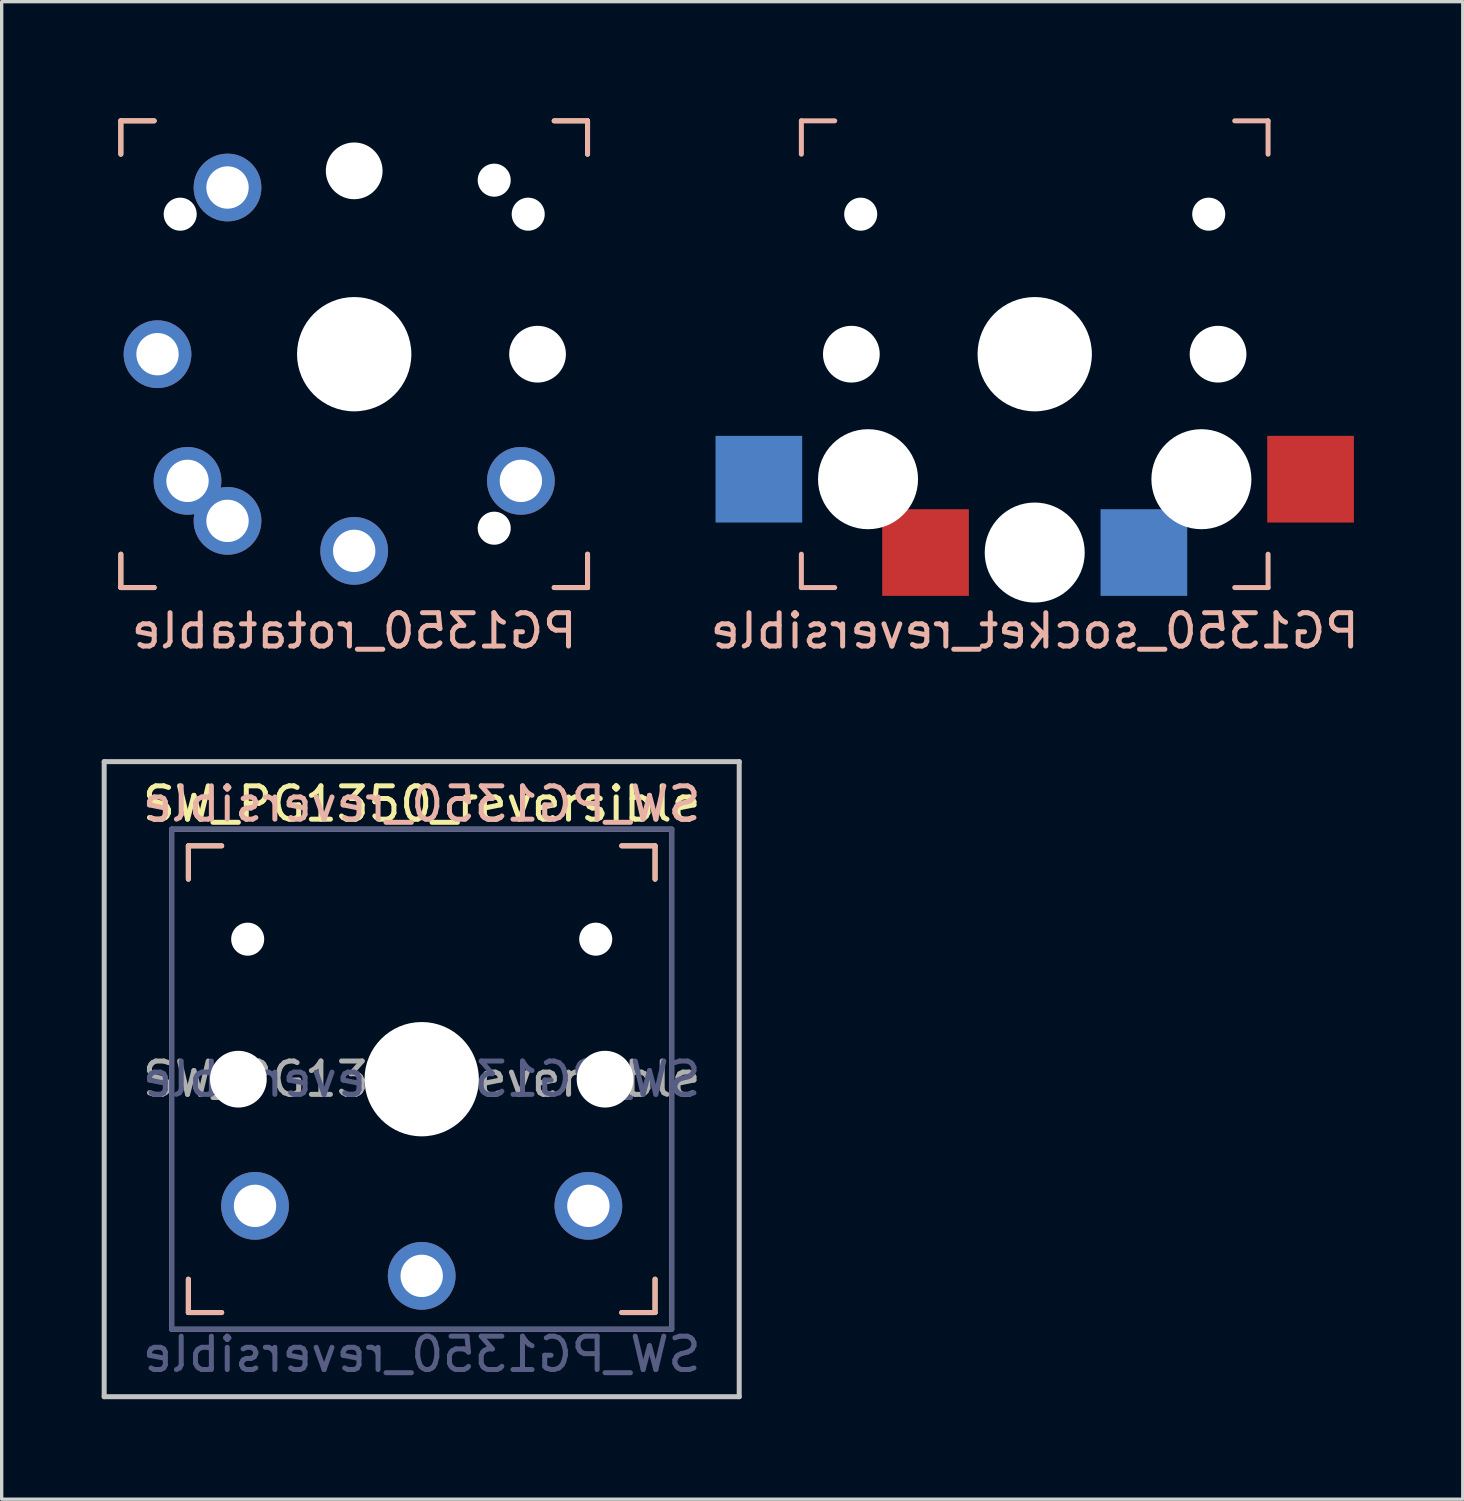
<source format=kicad_pcb>
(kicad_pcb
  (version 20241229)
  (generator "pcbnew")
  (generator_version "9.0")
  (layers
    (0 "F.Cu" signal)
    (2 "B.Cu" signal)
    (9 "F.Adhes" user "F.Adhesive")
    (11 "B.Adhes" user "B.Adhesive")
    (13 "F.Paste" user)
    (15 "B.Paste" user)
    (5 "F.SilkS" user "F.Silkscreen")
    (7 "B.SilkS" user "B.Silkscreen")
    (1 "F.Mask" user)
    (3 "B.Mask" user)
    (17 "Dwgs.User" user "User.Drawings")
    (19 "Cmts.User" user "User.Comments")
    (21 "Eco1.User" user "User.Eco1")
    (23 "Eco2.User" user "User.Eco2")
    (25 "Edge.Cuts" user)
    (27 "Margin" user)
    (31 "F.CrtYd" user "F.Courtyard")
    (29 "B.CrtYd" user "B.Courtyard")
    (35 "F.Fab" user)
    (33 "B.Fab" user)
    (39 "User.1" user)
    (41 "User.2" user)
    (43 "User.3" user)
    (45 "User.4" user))
  (footprint "PG1350_rotatable"
    (layer "F.Cu")
    (at 7.575 7.575)
    (property "Reference" "PG1350_rotatable" (at 0 8.3 0) (layer "B.SilkS") (effects (font (size 1 1) (thickness 0.15)) (justify mirror)))
    (attr through_hole)
    (fp_line (start -7 -7) (end -6 -7) (stroke (width 0.15) (type solid)) (layer "F.SilkS"))
    (fp_line (start -7 -6) (end -7 -7) (stroke (width 0.15) (type solid)) (layer "F.SilkS"))
    (fp_line (start -7 7) (end -7 6) (stroke (width 0.15) (type solid)) (layer "F.SilkS"))
    (fp_line (start -6 7) (end -7 7) (stroke (width 0.15) (type solid)) (layer "F.SilkS"))
    (fp_line (start 6 -7) (end 7 -7) (stroke (width 0.15) (type solid)) (layer "F.SilkS"))
    (fp_line (start 7 -7) (end 7 -6) (stroke (width 0.15) (type solid)) (layer "F.SilkS"))
    (fp_line (start 7 6) (end 7 7) (stroke (width 0.15) (type solid)) (layer "F.SilkS"))
    (fp_line (start 7 7) (end 6 7) (stroke (width 0.15) (type solid)) (layer "F.SilkS"))
    (fp_line (start -7 -7) (end -6 -7) (stroke (width 0.15) (type solid)) (layer "B.SilkS"))
    (fp_line (start -7 -6) (end -7 -7) (stroke (width 0.15) (type solid)) (layer "B.SilkS"))
    (fp_line (start -7 7) (end -7 6) (stroke (width 0.15) (type solid)) (layer "B.SilkS"))
    (fp_line (start -6 7) (end -7 7) (stroke (width 0.15) (type solid)) (layer "B.SilkS"))
    (fp_line (start 6 -7) (end 7 -7) (stroke (width 0.15) (type solid)) (layer "B.SilkS"))
    (fp_line (start 7 -7) (end 7 -6) (stroke (width 0.15) (type solid)) (layer "B.SilkS"))
    (fp_line (start 7 6) (end 7 7) (stroke (width 0.15) (type solid)) (layer "B.SilkS"))
    (fp_line (start 7 7) (end 6 7) (stroke (width 0.15) (type solid)) (layer "B.SilkS"))
    (fp_line (start -7.5 -7.5) (end 7.5 -7.5) (stroke (width 0.15) (type solid)) (layer "Eco2.User"))
    (fp_line (start -7.5 7.5) (end -7.5 -7.5) (stroke (width 0.15) (type solid)) (layer "Eco2.User"))
    (fp_line (start -6.9 6.9) (end -6.9 -6.9) (stroke (width 0.15) (type solid)) (layer "Eco2.User"))
    (fp_line (start -6.9 6.9) (end 6.9 6.9) (stroke (width 0.15) (type solid)) (layer "Eco2.User"))
    (fp_line (start -2.6 -3.1) (end -2.6 -6.3) (stroke (width 0.15) (type solid)) (layer "Eco2.User"))
    (fp_line (start -2.6 -3.1) (end 2.6 -3.1) (stroke (width 0.15) (type solid)) (layer "Eco2.User"))
    (fp_line (start 2.6 -6.3) (end -2.6 -6.3) (stroke (width 0.15) (type solid)) (layer "Eco2.User"))
    (fp_line (start 2.6 -3.1) (end 2.6 -6.3) (stroke (width 0.15) (type solid)) (layer "Eco2.User"))
    (fp_line (start 6.9 -6.9) (end -6.9 -6.9) (stroke (width 0.15) (type solid)) (layer "Eco2.User"))
    (fp_line (start 6.9 -6.9) (end 6.9 6.9) (stroke (width 0.15) (type solid)) (layer "Eco2.User"))
    (fp_line (start 7.5 -7.5) (end 7.5 7.5) (stroke (width 0.15) (type solid)) (layer "Eco2.User"))
    (fp_line (start 7.5 7.5) (end -7.5 7.5) (stroke (width 0.15) (type solid)) (layer "Eco2.User"))
    (pad "" np_thru_hole circle (at -5.22 -4.2) (size 0.991 0.991) (drill 0.991) (layers "*.Cu" "*.Mask"))
    (pad "" np_thru_hole circle (at 0 -5.5) (size 1.702 1.702) (drill 1.702) (layers "*.Cu" "*.Mask"))
    (pad "" np_thru_hole circle (at 0 0) (size 3.429 3.429) (drill 3.429) (layers "*.Cu" "*.Mask"))
    (pad "" np_thru_hole circle (at 4.2 -5.22) (size 0.991 0.991) (drill 0.991) (layers "*.Cu" "*.Mask"))
    (pad "" np_thru_hole circle (at 4.2 5.22) (size 0.991 0.991) (drill 0.991) (layers "*.Cu" "*.Mask"))
    (pad "" np_thru_hole circle (at 5.22 -4.2) (size 0.991 0.991) (drill 0.991) (layers "*.Cu" "*.Mask"))
    (pad "" np_thru_hole circle (at 5.5 0) (size 1.702 1.702) (drill 1.702) (layers "*.Cu" "*.Mask"))
    (pad "1" thru_hole circle (at -5.9 0) (size 2.032 2.032) (drill 1.27) (layers "*.Cu" "*.Mask"))
    (pad "1" thru_hole circle (at 0 5.9) (size 2.032 2.032) (drill 1.27) (layers "*.Cu" "*.Mask"))
    (pad "2" thru_hole circle (at -5 3.8) (size 2.032 2.032) (drill 1.27) (layers "*.Cu" "*.Mask"))
    (pad "2" thru_hole circle (at -3.8 -5) (size 2.032 2.032) (drill 1.27) (layers "*.Cu" "*.Mask"))
    (pad "2" thru_hole circle (at -3.8 5) (size 2.032 2.032) (drill 1.27) (layers "*.Cu" "*.Mask"))
    (pad "2" thru_hole circle (at 5 3.8) (size 2.032 2.032) (drill 1.27) (layers "*.Cu" "*.Mask")))
  (footprint "SW_PG1350_reversible"
    (layer "F.Cu")
    (at 9.6 29.323)
    (property "Reference" "SW_PG1350_reversible" (at 0 -8.255 0) (layer "F.SilkS") (effects (font (size 1 1) (thickness 0.15))))
    (property "Value" "SW_PG1350_reversible" (at 0 8.255 0) (layer "F.Fab") (hide yes) (effects (font (size 1 1) (thickness 0.15))))
    (attr through_hole)
    (fp_line (start -7 -7) (end -6 -7) (stroke (width 0.15) (type solid)) (layer "F.SilkS"))
    (fp_line (start -7 -6) (end -7 -7) (stroke (width 0.15) (type solid)) (layer "F.SilkS"))
    (fp_line (start -7 7) (end -7 6) (stroke (width 0.15) (type solid)) (layer "F.SilkS"))
    (fp_line (start -6 7) (end -7 7) (stroke (width 0.15) (type solid)) (layer "F.SilkS"))
    (fp_line (start 6 -7) (end 7 -7) (stroke (width 0.15) (type solid)) (layer "F.SilkS"))
    (fp_line (start 7 -7) (end 7 -6) (stroke (width 0.15) (type solid)) (layer "F.SilkS"))
    (fp_line (start 7 6) (end 7 7) (stroke (width 0.15) (type solid)) (layer "F.SilkS"))
    (fp_line (start 7 7) (end 6 7) (stroke (width 0.15) (type solid)) (layer "F.SilkS"))
    (fp_line (start -7 -7) (end -6 -7) (stroke (width 0.15) (type solid)) (layer "B.SilkS"))
    (fp_line (start -7 -6) (end -7 -7) (stroke (width 0.15) (type solid)) (layer "B.SilkS"))
    (fp_line (start -7 7) (end -7 6) (stroke (width 0.15) (type solid)) (layer "B.SilkS"))
    (fp_line (start -6 7) (end -7 7) (stroke (width 0.15) (type solid)) (layer "B.SilkS"))
    (fp_line (start 6 -7) (end 7 -7) (stroke (width 0.15) (type solid)) (layer "B.SilkS"))
    (fp_line (start 7 -7) (end 7 -6) (stroke (width 0.15) (type solid)) (layer "B.SilkS"))
    (fp_line (start 7 6) (end 7 7) (stroke (width 0.15) (type solid)) (layer "B.SilkS"))
    (fp_line (start 7 7) (end 6 7) (stroke (width 0.15) (type solid)) (layer "B.SilkS"))
    (fp_line (start -9.525 -9.525) (end 9.525 -9.525) (stroke (width 0.15) (type solid)) (layer "Dwgs.User"))
    (fp_line (start -9.525 9.525) (end -9.525 -9.525) (stroke (width 0.15) (type solid)) (layer "Dwgs.User"))
    (fp_line (start 9.525 -9.525) (end 9.525 9.525) (stroke (width 0.15) (type solid)) (layer "Dwgs.User"))
    (fp_line (start 9.525 9.525) (end -9.525 9.525) (stroke (width 0.15) (type solid)) (layer "Dwgs.User"))
    (fp_line (start -6.9 6.9) (end -6.9 -6.9) (stroke (width 0.15) (type solid)) (layer "Eco2.User"))
    (fp_line (start -6.9 6.9) (end 6.9 6.9) (stroke (width 0.15) (type solid)) (layer "Eco2.User"))
    (fp_line (start -2.6 -3.1) (end -2.6 -6.3) (stroke (width 0.15) (type solid)) (layer "Eco2.User"))
    (fp_line (start -2.6 -3.1) (end 2.6 -3.1) (stroke (width 0.15) (type solid)) (layer "Eco2.User"))
    (fp_line (start 2.6 -6.3) (end -2.6 -6.3) (stroke (width 0.15) (type solid)) (layer "Eco2.User"))
    (fp_line (start 2.6 -3.1) (end 2.6 -6.3) (stroke (width 0.15) (type solid)) (layer "Eco2.User"))
    (fp_line (start 6.9 -6.9) (end -6.9 -6.9) (stroke (width 0.15) (type solid)) (layer "Eco2.User"))
    (fp_line (start 6.9 -6.9) (end 6.9 6.9) (stroke (width 0.15) (type solid)) (layer "Eco2.User"))
    (fp_line (start -7.5 -7.5) (end 7.5 -7.5) (stroke (width 0.15) (type solid)) (layer "B.Fab"))
    (fp_line (start -7.5 7.5) (end -7.5 -7.5) (stroke (width 0.15) (type solid)) (layer "B.Fab"))
    (fp_line (start 7.5 -7.5) (end 7.5 7.5) (stroke (width 0.15) (type solid)) (layer "B.Fab"))
    (fp_line (start 7.5 7.5) (end -7.5 7.5) (stroke (width 0.15) (type solid)) (layer "B.Fab"))
    (fp_line (start -7.5 -7.5) (end 7.5 -7.5) (stroke (width 0.15) (type solid)) (layer "F.Fab"))
    (fp_line (start -7.5 7.5) (end -7.5 -7.5) (stroke (width 0.15) (type solid)) (layer "F.Fab"))
    (fp_line (start 7.5 -7.5) (end 7.5 7.5) (stroke (width 0.15) (type solid)) (layer "F.Fab"))
    (fp_line (start 7.5 7.5) (end -7.5 7.5) (stroke (width 0.15) (type solid)) (layer "F.Fab"))
    (fp_text user "${REFERENCE}" (at 0 -8.255 0) (layer "B.SilkS") (effects (font (size 1 1) (thickness 0.15)) (justify mirror)))
    (fp_text user "${VALUE}" (at 0 8.255 0) (layer "B.Fab") (effects (font (size 1 1) (thickness 0.15)) (justify mirror)))
    (fp_text user "${REFERENCE}" (at 0 0 0) (layer "B.Fab") (effects (font (size 1 1) (thickness 0.15)) (justify mirror)))
    (fp_text user "${REFERENCE}" (at 0 0 0) (layer "F.Fab") (effects (font (size 1 1) (thickness 0.15))))
    (pad "" np_thru_hole circle (at -5.5 0) (size 1.702 1.702) (drill 1.702) (layers "*.Cu" "*.Mask"))
    (pad "" np_thru_hole circle (at -5.22 -4.2) (size 0.991 0.991) (drill 0.991) (layers "*.Cu" "*.Mask"))
    (pad "" np_thru_hole circle (at 0 0) (size 3.429 3.429) (drill 3.429) (layers "*.Cu" "*.Mask"))
    (pad "" np_thru_hole circle (at 5.22 -4.2) (size 0.991 0.991) (drill 0.991) (layers "*.Cu" "*.Mask"))
    (pad "" np_thru_hole circle (at 5.5 0) (size 1.702 1.702) (drill 1.702) (layers "*.Cu" "*.Mask"))
    (pad "1" thru_hole circle (at 0 5.9) (size 2.032 2.032) (drill 1.27) (layers "*.Cu" "*.Mask"))
    (pad "2" thru_hole circle (at -5 3.8) (size 2.032 2.032) (drill 1.27) (layers "*.Cu" "*.Mask"))
    (pad "2" thru_hole circle (at 5 3.8) (size 2.032 2.032) (drill 1.27) (layers "*.Cu" "*.Mask")))
  (footprint "PG1350_socket_reversible"
    (layer "F.Cu")
    (at 27.989 7.575)
    (property "Reference" "PG1350_socket_reversible" (at 0 8.3 0) (layer "B.SilkS") (effects (font (size 1 1) (thickness 0.15)) (justify mirror)))
    (attr through_hole)
    (fp_line (start -7 -7) (end -6 -7) (stroke (width 0.15) (type solid)) (layer "B.SilkS"))
    (fp_line (start -7 -6) (end -7 -7) (stroke (width 0.15) (type solid)) (layer "B.SilkS"))
    (fp_line (start -7 7) (end -7 6) (stroke (width 0.15) (type solid)) (layer "B.SilkS"))
    (fp_line (start -6 7) (end -7 7) (stroke (width 0.15) (type solid)) (layer "B.SilkS"))
    (fp_line (start 6 -7) (end 7 -7) (stroke (width 0.15) (type solid)) (layer "B.SilkS"))
    (fp_line (start 7 -7) (end 7 -6) (stroke (width 0.15) (type solid)) (layer "B.SilkS"))
    (fp_line (start 7 6) (end 7 7) (stroke (width 0.15) (type solid)) (layer "B.SilkS"))
    (fp_line (start 7 7) (end 6 7) (stroke (width 0.15) (type solid)) (layer "B.SilkS"))
    (fp_line (start -7.5 -7.5) (end 7.5 -7.5) (stroke (width 0.15) (type solid)) (layer "Eco2.User"))
    (fp_line (start -7.5 7.5) (end -7.5 -7.5) (stroke (width 0.15) (type solid)) (layer "Eco2.User"))
    (fp_line (start -6.9 6.9) (end -6.9 -6.9) (stroke (width 0.15) (type solid)) (layer "Eco2.User"))
    (fp_line (start -6.9 6.9) (end 6.9 6.9) (stroke (width 0.15) (type solid)) (layer "Eco2.User"))
    (fp_line (start -2.6 -3.1) (end -2.6 -6.3) (stroke (width 0.15) (type solid)) (layer "Eco2.User"))
    (fp_line (start -2.6 -3.1) (end 2.6 -3.1) (stroke (width 0.15) (type solid)) (layer "Eco2.User"))
    (fp_line (start 2.6 -6.3) (end -2.6 -6.3) (stroke (width 0.15) (type solid)) (layer "Eco2.User"))
    (fp_line (start 2.6 -3.1) (end 2.6 -6.3) (stroke (width 0.15) (type solid)) (layer "Eco2.User"))
    (fp_line (start 6.9 -6.9) (end -6.9 -6.9) (stroke (width 0.15) (type solid)) (layer "Eco2.User"))
    (fp_line (start 6.9 -6.9) (end 6.9 6.9) (stroke (width 0.15) (type solid)) (layer "Eco2.User"))
    (fp_line (start 7.5 -7.5) (end 7.5 7.5) (stroke (width 0.15) (type solid)) (layer "Eco2.User"))
    (fp_line (start 7.5 7.5) (end -7.5 7.5) (stroke (width 0.15) (type solid)) (layer "Eco2.User"))
    (pad "" np_thru_hole circle (at -5.5 0) (size 1.702 1.702) (drill 1.702) (layers "*.Cu" "*.Mask"))
    (pad "" np_thru_hole circle (at -5.22 -4.2) (size 0.991 0.991) (drill 0.991) (layers "*.Cu" "*.Mask"))
    (pad "" np_thru_hole circle (at -5 3.75) (size 3 3) (drill 3) (layers "*.Cu" "*.Mask"))
    (pad "" np_thru_hole circle (at 0 0) (size 3.429 3.429) (drill 3.429) (layers "*.Cu" "*.Mask"))
    (pad "" np_thru_hole circle (at 0 5.95) (size 3 3) (drill 3) (layers "*.Cu" "*.Mask"))
    (pad "" np_thru_hole circle (at 5 3.75) (size 3 3) (drill 3) (layers "*.Cu" "*.Mask"))
    (pad "" np_thru_hole circle (at 5.22 -4.2) (size 0.991 0.991) (drill 0.991) (layers "*.Cu" "*.Mask"))
    (pad "" np_thru_hole circle (at 5.5 0) (size 1.702 1.702) (drill 1.702) (layers "*.Cu" "*.Mask"))
    (pad "1" smd rect (at -3.275 5.95) (size 2.6 2.6) (layers "F.Cu" "F.Mask" "F.Paste"))
    (pad "1" smd rect (at 3.275 5.95) (size 2.6 2.6) (layers "B.Cu" "B.Mask" "B.Paste"))
    (pad "2" smd rect (at -8.275 3.75) (size 2.6 2.6) (layers "B.Cu" "B.Mask" "B.Paste"))
    (pad "2" smd rect (at 8.275 3.75) (size 2.6 2.6) (layers "F.Cu" "F.Mask" "F.Paste")))
  (gr_rect
    (start -3 -3)
    (end 40.829 41.923)
    (stroke (width 0.1) (type default))
    (fill no)
    (layer "Edge.Cuts")))
</source>
